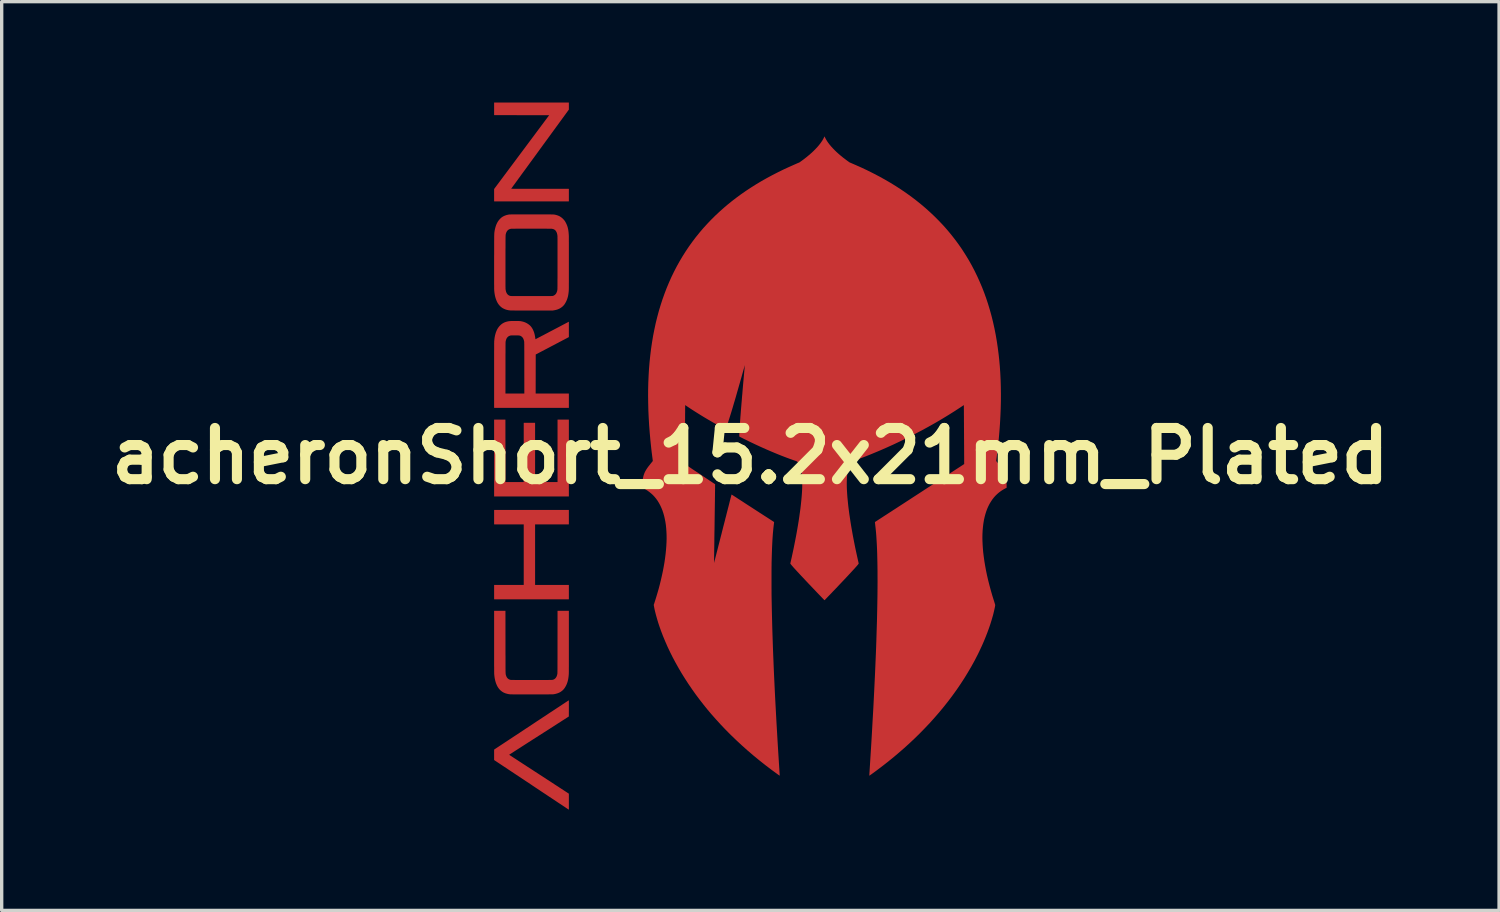
<source format=kicad_pcb>
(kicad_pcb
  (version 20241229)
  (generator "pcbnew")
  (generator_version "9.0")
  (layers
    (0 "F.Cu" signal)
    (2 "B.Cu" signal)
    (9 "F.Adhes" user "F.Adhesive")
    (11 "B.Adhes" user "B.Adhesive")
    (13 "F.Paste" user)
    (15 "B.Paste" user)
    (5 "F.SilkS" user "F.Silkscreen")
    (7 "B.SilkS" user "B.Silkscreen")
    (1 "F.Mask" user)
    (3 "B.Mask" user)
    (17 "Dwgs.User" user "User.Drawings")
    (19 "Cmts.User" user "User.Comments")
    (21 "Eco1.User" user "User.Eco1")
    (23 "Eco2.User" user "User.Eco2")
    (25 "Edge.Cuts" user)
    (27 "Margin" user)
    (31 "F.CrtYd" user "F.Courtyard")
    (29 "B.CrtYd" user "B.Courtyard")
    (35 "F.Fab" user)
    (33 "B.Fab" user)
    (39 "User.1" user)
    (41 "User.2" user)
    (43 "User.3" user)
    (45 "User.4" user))
  (footprint "acheronShort_15.2x21mm_Plated"
    (layer "F.Cu")
    (at 19.275 10.517)
    (property "Reference" "acheronShort_15.2x21mm_Plated" (at 0 0 0) (layer "F.SilkS") (effects (font (size 1.524 1.524) (thickness 0.3))))
    (attr through_hole)
    (pad "1" smd custom (at -7.4 -7.8) (size 0.2 0.2) (layers "F.Cu" "F.Mask") (options (anchor circle)) (primitives (gr_poly (pts (xy 1.995 -2.61) (xy 1.995 -2.508) (xy 1.135 -1.329) (xy 1.085 -1.26) (xy 1.035 -1.191) (xy 0.986 -1.124) (xy 0.938 -1.058) (xy 0.891 -0.994) (xy 0.844 -0.93) (xy 0.8 -0.869) (xy 0.756 -0.809) (xy 0.714 -0.751) (xy 0.673 -0.695) (xy 0.633 -0.641) (xy 0.595 -0.589) (xy 0.559 -0.539) (xy 0.525 -0.492) (xy 0.492 -0.448) (xy 0.462 -0.405) (xy 0.433 -0.366) (xy 0.407 -0.33) (xy 0.382 -0.296) (xy 0.36 -0.266) (xy 0.34 -0.239) (xy 0.323 -0.215) (xy 0.308 -0.194) (xy 0.296 -0.177) (xy 0.286 -0.164) (xy 0.279 -0.155) (xy 0.275 -0.149) (xy 0.274 -0.147) (xy 0.275 -0.147) (xy 0.278 -0.147) (xy 0.282 -0.147) (xy 0.289 -0.146) (xy 0.298 -0.146) (xy 0.309 -0.146) (xy 0.323 -0.146) (xy 0.34 -0.146) (xy 0.359 -0.145) (xy 0.382 -0.145) (xy 0.407 -0.145) (xy 0.436 -0.145) (xy 0.468 -0.145) (xy 0.503 -0.145) (xy 0.542 -0.145) (xy 0.585 -0.145) (xy 0.632 -0.145) (xy 0.683 -0.144) (xy 0.738 -0.144) (xy 0.797 -0.144) (xy 0.861 -0.144) (xy 0.929 -0.144) (xy 1.002 -0.144) (xy 1.08 -0.144) (xy 1.134 -0.144) (xy 1.995 -0.144) (xy 1.995 0.219) (xy -0.219 0.219) (xy -0.219 -0.142) (xy 0.603 -1.244) (xy 1.424 -2.345) (xy -0.219 -2.346) (xy -0.219 -2.712) (xy 1.995 -2.712) (xy 1.995 -2.61)) (width 0.01) (fill yes))))
    (pad "1" smd custom (at -7.4 8.8) (size 0.2 0.2) (layers "F.Cu" "F.Mask") (options (anchor circle)) (primitives (gr_poly (pts (xy 1.994 -1.521) (xy 1.994 -1.514) (xy 1.995 -1.502) (xy 1.995 -1.487) (xy 1.995 -1.467) (xy 1.995 -1.445) (xy 1.995 -1.419) (xy 1.995 -1.391) (xy 1.995 -1.361) (xy 1.995 -1.329) (xy 1.995 -1.295) (xy 1.995 -1.288) (xy 1.994 -1.053) (xy 1.104 -0.483) (xy 1.042 -0.443) (xy 0.982 -0.405) (xy 0.922 -0.367) (xy 0.865 -0.33) (xy 0.808 -0.294) (xy 0.754 -0.259) (xy 0.701 -0.225) (xy 0.65 -0.192) (xy 0.601 -0.161) (xy 0.555 -0.131) (xy 0.511 -0.103) (xy 0.469 -0.076) (xy 0.43 -0.051) (xy 0.393 -0.027) (xy 0.36 -0.006) (xy 0.33 0.014) (xy 0.303 0.031) (xy 0.279 0.047) (xy 0.258 0.06) (xy 0.242 0.071) (xy 0.229 0.079) (xy 0.22 0.085) (xy 0.215 0.088) (xy 0.214 0.089) (xy 0.216 0.09) (xy 0.222 0.095) (xy 0.233 0.101) (xy 0.247 0.111) (xy 0.264 0.122) (xy 0.286 0.136) (xy 0.311 0.152) (xy 0.339 0.171) (xy 0.37 0.191) (xy 0.404 0.213) (xy 0.441 0.237) (xy 0.481 0.263) (xy 0.523 0.291) (xy 0.568 0.32) (xy 0.615 0.351) (xy 0.665 0.383) (xy 0.716 0.416) (xy 0.769 0.451) (xy 0.824 0.487) (xy 0.881 0.523) (xy 0.939 0.561) (xy 0.998 0.6) (xy 1.059 0.639) (xy 1.105 0.669) (xy 1.995 1.249) (xy 1.995 1.482) (xy 1.995 1.515) (xy 1.995 1.548) (xy 1.995 1.578) (xy 1.995 1.607) (xy 1.995 1.633) (xy 1.995 1.656) (xy 1.995 1.675) (xy 1.995 1.691) (xy 1.995 1.703) (xy 1.995 1.711) (xy 1.995 1.714) (xy 1.995 1.714) (xy 1.993 1.713) (xy 1.986 1.709) (xy 1.976 1.702) (xy 1.962 1.693) (xy 1.944 1.681) (xy 1.923 1.667) (xy 1.898 1.65) (xy 1.87 1.631) (xy 1.838 1.61) (xy 1.804 1.587) (xy 1.766 1.562) (xy 1.725 1.535) (xy 1.682 1.507) (xy 1.636 1.476) (xy 1.588 1.444) (xy 1.537 1.41) (xy 1.484 1.375) (xy 1.429 1.339) (xy 1.372 1.301) (xy 1.313 1.261) (xy 1.252 1.221) (xy 1.19 1.18) (xy 1.126 1.137) (xy 1.061 1.094) (xy 0.995 1.05) (xy 0.927 1.005) (xy 0.888 0.978) (xy -0.219 0.243) (xy -0.219 0.09) (xy -0.219 -0.063) (xy 0.887 -0.793) (xy 0.955 -0.838) (xy 1.022 -0.883) (xy 1.088 -0.926) (xy 1.153 -0.969) (xy 1.216 -1.011) (xy 1.278 -1.051) (xy 1.338 -1.091) (xy 1.396 -1.13) (xy 1.452 -1.167) (xy 1.507 -1.202) (xy 1.559 -1.237) (xy 1.609 -1.27) (xy 1.656 -1.301) (xy 1.701 -1.33) (xy 1.743 -1.358) (xy 1.782 -1.384) (xy 1.818 -1.408) (xy 1.852 -1.43) (xy 1.882 -1.45) (xy 1.909 -1.468) (xy 1.932 -1.483) (xy 1.952 -1.496) (xy 1.968 -1.507) (xy 1.981 -1.515) (xy 1.989 -1.52) (xy 1.993 -1.523) (xy 1.994 -1.524) (xy 1.994 -1.521)) (width 0.01) (fill yes))))
    (pad "1" smd custom (at -6.8 6.8) (size 0.2 0.2) (layers "F.Cu" "F.Mask") (options (anchor circle)) (primitives (gr_poly (pts (xy -0.491 -1.263) (xy -0.491 -1.181) (xy -0.491 -1.104) (xy -0.491 -1.031) (xy -0.491 -0.963) (xy -0.491 -0.9) (xy -0.49 -0.841) (xy -0.49 -0.786) (xy -0.49 -0.735) (xy -0.49 -0.688) (xy -0.49 -0.645) (xy -0.49 -0.605) (xy -0.49 -0.568) (xy -0.49 -0.534) (xy -0.49 -0.504) (xy -0.49 -0.476) (xy -0.489 -0.451) (xy -0.489 -0.429) (xy -0.489 -0.409) (xy -0.489 -0.391) (xy -0.488 -0.376) (xy -0.488 -0.362) (xy -0.487 -0.35) (xy -0.487 -0.339) (xy -0.486 -0.33) (xy -0.486 -0.323) (xy -0.485 -0.316) (xy -0.485 -0.31) (xy -0.484 -0.305) (xy -0.483 -0.301) (xy -0.482 -0.297) (xy -0.482 -0.294) (xy -0.481 -0.291) (xy -0.48 -0.287) (xy -0.479 -0.284) (xy -0.478 -0.28) (xy -0.476 -0.276) (xy -0.466 -0.245) (xy -0.452 -0.217) (xy -0.435 -0.192) (xy -0.415 -0.172) (xy -0.392 -0.156) (xy -0.367 -0.144) (xy -0.362 -0.142) (xy -0.35 -0.139) (xy -0.337 -0.135) (xy -0.327 -0.133) (xy -0.322 -0.133) (xy -0.312 -0.133) (xy -0.297 -0.132) (xy -0.277 -0.132) (xy -0.253 -0.132) (xy -0.223 -0.132) (xy -0.188 -0.131) (xy -0.148 -0.131) (xy -0.103 -0.131) (xy -0.053 -0.131) (xy 0.002 -0.131) (xy 0.062 -0.131) (xy 0.126 -0.131) (xy 0.196 -0.131) (xy 0.271 -0.131) (xy 0.289 -0.131) (xy 0.356 -0.131) (xy 0.417 -0.131) (xy 0.473 -0.131) (xy 0.526 -0.131) (xy 0.573 -0.131) (xy 0.617 -0.131) (xy 0.657 -0.131) (xy 0.693 -0.131) (xy 0.726 -0.131) (xy 0.755 -0.131) (xy 0.781 -0.131) (xy 0.805 -0.132) (xy 0.825 -0.132) (xy 0.843 -0.132) (xy 0.859 -0.133) (xy 0.873 -0.133) (xy 0.884 -0.133) (xy 0.894 -0.134) (xy 0.903 -0.135) (xy 0.91 -0.135) (xy 0.916 -0.136) (xy 0.921 -0.137) (xy 0.925 -0.138) (xy 0.929 -0.139) (xy 0.933 -0.14) (xy 0.936 -0.141) (xy 0.939 -0.142) (xy 0.943 -0.144) (xy 0.944 -0.144) (xy 0.969 -0.156) (xy 0.992 -0.173) (xy 1.011 -0.194) (xy 1.028 -0.218) (xy 1.035 -0.23) (xy 1.042 -0.247) (xy 1.048 -0.263) (xy 1.054 -0.281) (xy 1.059 -0.301) (xy 1.062 -0.316) (xy 1.062 -0.318) (xy 1.063 -0.321) (xy 1.063 -0.324) (xy 1.063 -0.328) (xy 1.064 -0.332) (xy 1.064 -0.338) (xy 1.064 -0.345) (xy 1.064 -0.353) (xy 1.065 -0.363) (xy 1.065 -0.375) (xy 1.065 -0.388) (xy 1.065 -0.403) (xy 1.065 -0.421) (xy 1.066 -0.44) (xy 1.066 -0.463) (xy 1.066 -0.487) (xy 1.066 -0.515) (xy 1.066 -0.545) (xy 1.066 -0.579) (xy 1.066 -0.615) (xy 1.066 -0.656) (xy 1.066 -0.699) (xy 1.067 -0.747) (xy 1.067 -0.798) (xy 1.067 -0.853) (xy 1.067 -0.912) (xy 1.067 -0.976) (xy 1.067 -1.044) (xy 1.067 -1.117) (xy 1.067 -1.195) (xy 1.067 -1.264) (xy 1.068 -2.19) (xy 1.395 -2.19) (xy 1.395 -1.28) (xy 1.395 -1.191) (xy 1.395 -1.106) (xy 1.395 -1.025) (xy 1.395 -0.948) (xy 1.395 -0.875) (xy 1.395 -0.806) (xy 1.395 -0.742) (xy 1.395 -0.682) (xy 1.395 -0.626) (xy 1.395 -0.575) (xy 1.395 -0.528) (xy 1.394 -0.486) (xy 1.394 -0.448) (xy 1.394 -0.415) (xy 1.394 -0.387) (xy 1.394 -0.364) (xy 1.393 -0.345) (xy 1.393 -0.332) (xy 1.393 -0.324) (xy 1.393 -0.322) (xy 1.389 -0.267) (xy 1.383 -0.215) (xy 1.376 -0.167) (xy 1.366 -0.122) (xy 1.355 -0.08) (xy 1.341 -0.039) (xy 1.325 0.001) (xy 1.313 0.026) (xy 1.291 0.066) (xy 1.269 0.101) (xy 1.245 0.132) (xy 1.22 0.16) (xy 1.205 0.173) (xy 1.17 0.2) (xy 1.133 0.224) (xy 1.093 0.243) (xy 1.05 0.259) (xy 1.004 0.272) (xy 0.955 0.282) (xy 0.951 0.283) (xy 0.948 0.283) (xy 0.944 0.283) (xy 0.939 0.284) (xy 0.934 0.284) (xy 0.928 0.285) (xy 0.921 0.285) (xy 0.912 0.285) (xy 0.902 0.285) (xy 0.89 0.286) (xy 0.876 0.286) (xy 0.86 0.286) (xy 0.842 0.286) (xy 0.821 0.286) (xy 0.797 0.287) (xy 0.771 0.287) (xy 0.741 0.287) (xy 0.708 0.287) (xy 0.672 0.287) (xy 0.631 0.287) (xy 0.587 0.287) (xy 0.539 0.287) (xy 0.486 0.287) (xy 0.429 0.287) (xy 0.368 0.287) (xy 0.302 0.287) (xy 0.246 0.287) (xy 0.191 0.287) (xy 0.138 0.287) (xy 0.086 0.287) (xy 0.036 0.287) (xy -0.012 0.287) (xy -0.058 0.287) (xy -0.101 0.287) (xy -0.141 0.287) (xy -0.179 0.287) (xy -0.213 0.287) (xy -0.243 0.287) (xy -0.27 0.287) (xy -0.293 0.286) (xy -0.312 0.286) (xy -0.327 0.286) (xy -0.337 0.286) (xy -0.342 0.286) (xy -0.342 0.286) (xy -0.395 0.279) (xy -0.444 0.268) (xy -0.49 0.254) (xy -0.534 0.236) (xy -0.574 0.213) (xy -0.61 0.187) (xy -0.644 0.157) (xy -0.675 0.122) (xy -0.703 0.084) (xy -0.728 0.041) (xy -0.735 0.026) (xy -0.757 -0.024) (xy -0.775 -0.076) (xy -0.79 -0.132) (xy -0.802 -0.191) (xy -0.811 -0.254) (xy -0.817 -0.32) (xy -0.817 -0.327) (xy -0.817 -0.339) (xy -0.817 -0.357) (xy -0.818 -0.379) (xy -0.818 -0.406) (xy -0.818 -0.437) (xy -0.818 -0.474) (xy -0.818 -0.516) (xy -0.819 -0.562) (xy -0.819 -0.613) (xy -0.819 -0.669) (xy -0.819 -0.729) (xy -0.819 -0.794) (xy -0.819 -0.864) (xy -0.819 -0.938) (xy -0.819 -1.017) (xy -0.819 -1.1) (xy -0.819 -1.187) (xy -0.819 -1.277) (xy -0.819 -2.19) (xy -0.492 -2.19) (xy -0.491 -1.263)) (width 0.01) (fill yes))))
    (pad "1" smd custom (at -6.6 -1.8) (size 0.2 0.2) (layers "F.Cu" "F.Mask") (options (anchor circle)) (primitives (gr_poly (pts (xy -0.373 -2.212) (xy -0.346 -2.211) (xy -0.324 -2.211) (xy -0.306 -2.211) (xy -0.29 -2.211) (xy -0.277 -2.21) (xy -0.267 -2.21) (xy -0.258 -2.209) (xy -0.25 -2.209) (xy -0.243 -2.208) (xy -0.237 -2.207) (xy -0.186 -2.197) (xy -0.139 -2.184) (xy -0.095 -2.167) (xy -0.053 -2.146) (xy -0.013 -2.121) (xy 0.019 -2.097) (xy 0.047 -2.072) (xy 0.072 -2.044) (xy 0.096 -2.011) (xy 0.118 -1.974) (xy 0.126 -1.958) (xy 0.145 -1.915) (xy 0.162 -1.87) (xy 0.175 -1.822) (xy 0.186 -1.77) (xy 0.195 -1.715) (xy 0.197 -1.704) (xy 0.198 -1.689) (xy 0.2 -1.679) (xy 0.201 -1.673) (xy 0.203 -1.669) (xy 0.204 -1.668) (xy 0.205 -1.668) (xy 0.206 -1.669) (xy 0.21 -1.671) (xy 0.216 -1.674) (xy 0.224 -1.678) (xy 0.235 -1.684) (xy 0.248 -1.69) (xy 0.264 -1.699) (xy 0.283 -1.709) (xy 0.304 -1.72) (xy 0.329 -1.733) (xy 0.357 -1.747) (xy 0.388 -1.764) (xy 0.422 -1.781) (xy 0.46 -1.801) (xy 0.501 -1.823) (xy 0.546 -1.846) (xy 0.594 -1.872) (xy 0.647 -1.9) (xy 0.703 -1.929) (xy 0.764 -1.961) (xy 0.829 -1.995) (xy 0.898 -2.031) (xy 0.957 -2.062) (xy 0.988 -2.079) (xy 1.018 -2.095) (xy 1.047 -2.11) (xy 1.074 -2.124) (xy 1.099 -2.137) (xy 1.121 -2.149) (xy 1.141 -2.159) (xy 1.158 -2.168) (xy 1.171 -2.175) (xy 1.18 -2.18) (xy 1.186 -2.183) (xy 1.187 -2.183) (xy 1.195 -2.188) (xy 1.195 -1.741) (xy 1.026 -1.652) (xy 1.002 -1.64) (xy 0.975 -1.625) (xy 0.944 -1.609) (xy 0.909 -1.591) (xy 0.873 -1.571) (xy 0.833 -1.551) (xy 0.793 -1.529) (xy 0.751 -1.507) (xy 0.708 -1.485) (xy 0.664 -1.462) (xy 0.621 -1.439) (xy 0.579 -1.417) (xy 0.537 -1.395) (xy 0.533 -1.393) (xy 0.209 -1.223) (xy 0.208 -0.638) (xy 0.207 -0.054) (xy 1.195 -0.054) (xy 1.195 0.363) (xy -1.019 0.363) (xy -1.019 -0.054) (xy -0.692 -0.054) (xy -0.12 -0.054) (xy -0.121 -0.82) (xy -0.121 -0.894) (xy -0.121 -0.964) (xy -0.121 -1.028) (xy -0.121 -1.088) (xy -0.121 -1.143) (xy -0.121 -1.195) (xy -0.121 -1.242) (xy -0.121 -1.285) (xy -0.121 -1.325) (xy -0.122 -1.361) (xy -0.122 -1.394) (xy -0.122 -1.424) (xy -0.122 -1.45) (xy -0.122 -1.474) (xy -0.122 -1.495) (xy -0.122 -1.514) (xy -0.122 -1.53) (xy -0.123 -1.545) (xy -0.123 -1.557) (xy -0.123 -1.568) (xy -0.123 -1.577) (xy -0.124 -1.584) (xy -0.124 -1.591) (xy -0.124 -1.596) (xy -0.125 -1.6) (xy -0.125 -1.604) (xy -0.125 -1.607) (xy -0.126 -1.609) (xy -0.126 -1.611) (xy -0.13 -1.629) (xy -0.135 -1.648) (xy -0.141 -1.666) (xy -0.148 -1.684) (xy -0.154 -1.698) (xy -0.156 -1.702) (xy -0.171 -1.725) (xy -0.189 -1.745) (xy -0.209 -1.762) (xy -0.231 -1.775) (xy -0.243 -1.781) (xy -0.251 -1.784) (xy -0.259 -1.786) (xy -0.267 -1.788) (xy -0.276 -1.79) (xy -0.286 -1.791) (xy -0.298 -1.792) (xy -0.312 -1.793) (xy -0.329 -1.793) (xy -0.35 -1.794) (xy -0.374 -1.794) (xy -0.403 -1.794) (xy -0.406 -1.794) (xy -0.434 -1.794) (xy -0.457 -1.794) (xy -0.477 -1.793) (xy -0.493 -1.793) (xy -0.505 -1.793) (xy -0.516 -1.792) (xy -0.524 -1.792) (xy -0.531 -1.791) (xy -0.536 -1.79) (xy -0.566 -1.781) (xy -0.592 -1.769) (xy -0.615 -1.752) (xy -0.635 -1.732) (xy -0.653 -1.707) (xy -0.656 -1.702) (xy -0.661 -1.69) (xy -0.668 -1.674) (xy -0.674 -1.656) (xy -0.68 -1.637) (xy -0.684 -1.618) (xy -0.686 -1.611) (xy -0.686 -1.608) (xy -0.687 -1.606) (xy -0.687 -1.602) (xy -0.687 -1.599) (xy -0.688 -1.594) (xy -0.688 -1.588) (xy -0.688 -1.581) (xy -0.689 -1.573) (xy -0.689 -1.564) (xy -0.689 -1.553) (xy -0.689 -1.539) (xy -0.689 -1.524) (xy -0.69 -1.507) (xy -0.69 -1.487) (xy -0.69 -1.465) (xy -0.69 -1.44) (xy -0.69 -1.412) (xy -0.69 -1.381) (xy -0.69 -1.347) (xy -0.69 -1.31) (xy -0.69 -1.269) (xy -0.691 -1.224) (xy -0.691 -1.175) (xy -0.691 -1.122) (xy -0.691 -1.065) (xy -0.691 -1.003) (xy -0.691 -0.937) (xy -0.691 -0.866) (xy -0.691 -0.82) (xy -0.692 -0.054) (xy -1.019 -0.054) (xy -1.019 -0.599) (xy -1.019 -0.689) (xy -1.019 -0.775) (xy -1.019 -0.857) (xy -1.019 -0.936) (xy -1.019 -1.01) (xy -1.019 -1.081) (xy -1.019 -1.147) (xy -1.019 -1.209) (xy -1.019 -1.267) (xy -1.019 -1.321) (xy -1.018 -1.37) (xy -1.018 -1.415) (xy -1.018 -1.455) (xy -1.018 -1.491) (xy -1.018 -1.522) (xy -1.018 -1.548) (xy -1.017 -1.569) (xy -1.017 -1.586) (xy -1.017 -1.598) (xy -1.017 -1.604) (xy -1.017 -1.605) (xy -1.011 -1.67) (xy -1.003 -1.731) (xy -0.991 -1.789) (xy -0.977 -1.842) (xy -0.963 -1.886) (xy -0.947 -1.925) (xy -0.93 -1.962) (xy -0.911 -1.995) (xy -0.889 -2.027) (xy -0.864 -2.058) (xy -0.845 -2.078) (xy -0.813 -2.108) (xy -0.779 -2.134) (xy -0.742 -2.156) (xy -0.702 -2.175) (xy -0.659 -2.189) (xy -0.621 -2.199) (xy -0.608 -2.201) (xy -0.596 -2.204) (xy -0.584 -2.205) (xy -0.573 -2.207) (xy -0.561 -2.208) (xy -0.548 -2.209) (xy -0.534 -2.21) (xy -0.517 -2.211) (xy -0.498 -2.211) (xy -0.476 -2.211) (xy -0.45 -2.211) (xy -0.419 -2.212) (xy -0.403 -2.212) (xy -0.373 -2.212)) (width 0.01) (fill yes))))
    (pad "1" smd custom (at -6.6 1) (size 0.2 0.2) (layers "F.Cu" "F.Mask") (options (anchor circle)) (primitives (gr_poly (pts (xy -0.856 -2.079) (xy -0.693 -2.078) (xy -0.692 -1.149) (xy -0.692 -0.22) (xy -0.138 -0.22) (xy -0.138 -1.983) (xy 0.19 -1.983) (xy 0.19 -0.22) (xy 0.868 -0.22) (xy 0.868 -2.079) (xy 1.195 -2.079) (xy 1.195 0.199) (xy -1.019 0.199) (xy -1.019 -2.079) (xy -0.856 -2.079)) (width 0.01) (fill yes))))
    (pad "1" smd custom (at -6.6 4) (size 0.2 0.2) (layers "F.Cu" "F.Mask") (options (anchor circle)) (primitives (gr_poly (pts (xy 1.195 -1.971) (xy 0.19 -1.971) (xy 0.19 -0.16) (xy 1.195 -0.16) (xy 1.195 0.259) (xy -1.019 0.259) (xy -1.019 -0.16) (xy -0.138 -0.16) (xy -0.138 -1.971) (xy -1.019 -1.971) (xy -1.019 -2.39) (xy 1.195 -2.39) (xy 1.195 -1.971)) (width 0.01) (fill yes))))
    (pad "1" smd custom (at -6.4 -4.6) (size 0.2 0.2) (layers "F.Cu" "F.Mask") (options (anchor circle)) (primitives (gr_poly (pts (xy 0.184 -2.584) (xy 0.23 -2.584) (xy 0.272 -2.584) (xy 0.311 -2.584) (xy 0.346 -2.583) (xy 0.377 -2.583) (xy 0.406 -2.583) (xy 0.431 -2.583) (xy 0.454 -2.583) (xy 0.475 -2.582) (xy 0.493 -2.582) (xy 0.509 -2.582) (xy 0.523 -2.581) (xy 0.535 -2.581) (xy 0.546 -2.58) (xy 0.555 -2.579) (xy 0.563 -2.578) (xy 0.571 -2.578) (xy 0.577 -2.577) (xy 0.583 -2.575) (xy 0.589 -2.574) (xy 0.594 -2.573) (xy 0.599 -2.572) (xy 0.605 -2.57) (xy 0.611 -2.568) (xy 0.618 -2.567) (xy 0.621 -2.566) (xy 0.664 -2.553) (xy 0.704 -2.537) (xy 0.74 -2.517) (xy 0.774 -2.494) (xy 0.806 -2.467) (xy 0.811 -2.463) (xy 0.836 -2.437) (xy 0.858 -2.412) (xy 0.877 -2.386) (xy 0.895 -2.357) (xy 0.912 -2.324) (xy 0.929 -2.288) (xy 0.944 -2.251) (xy 0.957 -2.212) (xy 0.967 -2.172) (xy 0.976 -2.13) (xy 0.983 -2.084) (xy 0.988 -2.035) (xy 0.992 -1.981) (xy 0.993 -1.975) (xy 0.993 -1.968) (xy 0.993 -1.957) (xy 0.994 -1.94) (xy 0.994 -1.92) (xy 0.994 -1.895) (xy 0.994 -1.866) (xy 0.994 -1.834) (xy 0.994 -1.798) (xy 0.995 -1.759) (xy 0.995 -1.718) (xy 0.995 -1.673) (xy 0.995 -1.627) (xy 0.995 -1.578) (xy 0.995 -1.527) (xy 0.995 -1.475) (xy 0.995 -1.421) (xy 0.995 -1.367) (xy 0.995 -1.311) (xy 0.995 -1.254) (xy 0.995 -1.198) (xy 0.995 -1.141) (xy 0.995 -1.084) (xy 0.995 -1.027) (xy 0.995 -0.971) (xy 0.995 -0.916) (xy 0.995 -0.862) (xy 0.995 -0.809) (xy 0.995 -0.758) (xy 0.995 -0.708) (xy 0.995 -0.661) (xy 0.995 -0.616) (xy 0.995 -0.573) (xy 0.994 -0.533) (xy 0.994 -0.496) (xy 0.994 -0.463) (xy 0.994 -0.433) (xy 0.994 -0.407) (xy 0.994 -0.384) (xy 0.993 -0.366) (xy 0.993 -0.353) (xy 0.993 -0.344) (xy 0.993 -0.342) (xy 0.989 -0.287) (xy 0.983 -0.236) (xy 0.976 -0.189) (xy 0.967 -0.145) (xy 0.955 -0.103) (xy 0.942 -0.063) (xy 0.926 -0.024) (xy 0.913 0.004) (xy 0.891 0.045) (xy 0.868 0.082) (xy 0.843 0.114) (xy 0.816 0.141) (xy 0.805 0.152) (xy 0.772 0.177) (xy 0.738 0.2) (xy 0.702 0.218) (xy 0.663 0.234) (xy 0.621 0.247) (xy 0.576 0.257) (xy 0.557 0.26) (xy 0.524 0.266) (xy -0.098 0.266) (xy -0.154 0.266) (xy -0.209 0.266) (xy -0.263 0.266) (xy -0.315 0.266) (xy -0.365 0.266) (xy -0.413 0.266) (xy -0.459 0.266) (xy -0.502 0.266) (xy -0.542 0.266) (xy -0.58 0.266) (xy -0.614 0.266) (xy -0.645 0.265) (xy -0.672 0.265) (xy -0.695 0.265) (xy -0.714 0.265) (xy -0.729 0.265) (xy -0.739 0.265) (xy -0.744 0.264) (xy -0.744 0.264) (xy -0.792 0.258) (xy -0.838 0.249) (xy -0.882 0.236) (xy -0.923 0.219) (xy -0.961 0.2) (xy -0.978 0.19) (xy -1.013 0.164) (xy -1.046 0.134) (xy -1.077 0.099) (xy -1.104 0.061) (xy -1.129 0.018) (xy -1.15 -0.028) (xy -1.169 -0.079) (xy -1.185 -0.132) (xy -1.198 -0.19) (xy -1.208 -0.251) (xy -1.215 -0.315) (xy -1.217 -0.347) (xy -1.217 -0.355) (xy -1.217 -0.365) (xy -1.218 -0.379) (xy -1.218 -0.397) (xy -1.218 -0.418) (xy -1.218 -0.443) (xy -1.218 -0.471) (xy -1.219 -0.504) (xy -1.219 -0.54) (xy -1.219 -0.58) (xy -1.219 -0.625) (xy -1.219 -0.674) (xy -1.219 -0.727) (xy -1.219 -0.785) (xy -1.219 -0.818) (xy -0.891 -0.818) (xy -0.891 -0.76) (xy -0.891 -0.706) (xy -0.891 -0.657) (xy -0.891 -0.612) (xy -0.891 -0.571) (xy -0.891 -0.535) (xy -0.891 -0.502) (xy -0.891 -0.473) (xy -0.891 -0.447) (xy -0.89 -0.425) (xy -0.89 -0.407) (xy -0.89 -0.392) (xy -0.89 -0.381) (xy -0.889 -0.372) (xy -0.889 -0.367) (xy -0.889 -0.366) (xy -0.883 -0.327) (xy -0.875 -0.291) (xy -0.863 -0.26) (xy -0.848 -0.232) (xy -0.831 -0.209) (xy -0.81 -0.189) (xy -0.787 -0.174) (xy -0.767 -0.165) (xy -0.763 -0.163) (xy -0.76 -0.162) (xy -0.757 -0.161) (xy -0.754 -0.16) (xy -0.75 -0.159) (xy -0.746 -0.158) (xy -0.742 -0.157) (xy -0.736 -0.157) (xy -0.729 -0.156) (xy -0.721 -0.155) (xy -0.712 -0.155) (xy -0.701 -0.154) (xy -0.687 -0.154) (xy -0.672 -0.154) (xy -0.655 -0.153) (xy -0.635 -0.153) (xy -0.613 -0.153) (xy -0.587 -0.153) (xy -0.559 -0.153) (xy -0.527 -0.153) (xy -0.492 -0.153) (xy -0.453 -0.153) (xy -0.411 -0.153) (xy -0.364 -0.153) (xy -0.314 -0.153) (xy -0.258 -0.153) (xy -0.199 -0.153) (xy -0.134 -0.153) (xy -0.106 -0.153) (xy -0.04 -0.153) (xy 0.021 -0.153) (xy 0.078 -0.153) (xy 0.129 -0.153) (xy 0.177 -0.153) (xy 0.22 -0.153) (xy 0.26 -0.153) (xy 0.296 -0.153) (xy 0.328 -0.153) (xy 0.357 -0.153) (xy 0.383 -0.154) (xy 0.405 -0.154) (xy 0.425 -0.154) (xy 0.443 -0.154) (xy 0.458 -0.154) (xy 0.471 -0.154) (xy 0.482 -0.155) (xy 0.491 -0.155) (xy 0.499 -0.155) (xy 0.505 -0.155) (xy 0.51 -0.156) (xy 0.514 -0.156) (xy 0.517 -0.157) (xy 0.52 -0.157) (xy 0.522 -0.157) (xy 0.523 -0.158) (xy 0.547 -0.166) (xy 0.567 -0.176) (xy 0.585 -0.19) (xy 0.6 -0.203) (xy 0.61 -0.213) (xy 0.617 -0.222) (xy 0.624 -0.231) (xy 0.629 -0.241) (xy 0.634 -0.251) (xy 0.642 -0.268) (xy 0.648 -0.284) (xy 0.654 -0.302) (xy 0.659 -0.322) (xy 0.662 -0.337) (xy 0.662 -0.34) (xy 0.663 -0.342) (xy 0.663 -0.346) (xy 0.663 -0.35) (xy 0.664 -0.355) (xy 0.664 -0.361) (xy 0.664 -0.368) (xy 0.665 -0.377) (xy 0.665 -0.388) (xy 0.665 -0.4) (xy 0.665 -0.414) (xy 0.665 -0.431) (xy 0.666 -0.45) (xy 0.666 -0.471) (xy 0.666 -0.495) (xy 0.666 -0.521) (xy 0.666 -0.551) (xy 0.666 -0.584) (xy 0.666 -0.62) (xy 0.666 -0.66) (xy 0.667 -0.703) (xy 0.667 -0.75) (xy 0.667 -0.802) (xy 0.667 -0.857) (xy 0.667 -0.917) (xy 0.667 -0.981) (xy 0.667 -1.05) (xy 0.667 -1.124) (xy 0.667 -1.14) (xy 0.667 -1.222) (xy 0.667 -1.299) (xy 0.667 -1.371) (xy 0.667 -1.439) (xy 0.667 -1.502) (xy 0.667 -1.56) (xy 0.667 -1.614) (xy 0.667 -1.663) (xy 0.667 -1.708) (xy 0.667 -1.749) (xy 0.667 -1.786) (xy 0.667 -1.819) (xy 0.667 -1.848) (xy 0.667 -1.873) (xy 0.666 -1.894) (xy 0.666 -1.912) (xy 0.666 -1.926) (xy 0.666 -1.937) (xy 0.666 -1.945) (xy 0.665 -1.949) (xy 0.66 -1.989) (xy 0.651 -2.026) (xy 0.64 -2.057) (xy 0.625 -2.085) (xy 0.608 -2.109) (xy 0.588 -2.129) (xy 0.565 -2.144) (xy 0.538 -2.156) (xy 0.509 -2.163) (xy 0.493 -2.166) (xy 0.488 -2.166) (xy 0.478 -2.166) (xy 0.464 -2.167) (xy 0.445 -2.167) (xy 0.423 -2.167) (xy 0.397 -2.167) (xy 0.367 -2.167) (xy 0.334 -2.168) (xy 0.299 -2.168) (xy 0.26 -2.168) (xy 0.22 -2.168) (xy 0.177 -2.168) (xy 0.133 -2.168) (xy 0.088 -2.168) (xy 0.041 -2.168) (xy -0.007 -2.168) (xy -0.055 -2.168) (xy -0.104 -2.169) (xy -0.152 -2.168) (xy -0.201 -2.168) (xy -0.249 -2.168) (xy -0.296 -2.168) (xy -0.342 -2.168) (xy -0.387 -2.168) (xy -0.43 -2.168) (xy -0.471 -2.168) (xy -0.51 -2.168) (xy -0.547 -2.168) (xy -0.58 -2.168) (xy -0.611 -2.167) (xy -0.639 -2.167) (xy -0.663 -2.167) (xy -0.683 -2.167) (xy -0.699 -2.166) (xy -0.711 -2.166) (xy -0.717 -2.166) (xy -0.719 -2.166) (xy -0.75 -2.16) (xy -0.778 -2.149) (xy -0.803 -2.135) (xy -0.825 -2.116) (xy -0.844 -2.094) (xy -0.859 -2.068) (xy -0.872 -2.038) (xy -0.877 -2.022) (xy -0.878 -2.018) (xy -0.879 -2.014) (xy -0.88 -2.01) (xy -0.881 -2.006) (xy -0.882 -2.003) (xy -0.883 -1.999) (xy -0.884 -1.994) (xy -0.885 -1.989) (xy -0.885 -1.983) (xy -0.886 -1.977) (xy -0.887 -1.969) (xy -0.887 -1.96) (xy -0.888 -1.949) (xy -0.888 -1.937) (xy -0.888 -1.923) (xy -0.889 -1.907) (xy -0.889 -1.889) (xy -0.889 -1.868) (xy -0.889 -1.845) (xy -0.89 -1.82) (xy -0.89 -1.791) (xy -0.89 -1.76) (xy -0.89 -1.725) (xy -0.89 -1.687) (xy -0.89 -1.645) (xy -0.89 -1.6) (xy -0.891 -1.551) (xy -0.891 -1.497) (xy -0.891 -1.44) (xy -0.891 -1.378) (xy -0.891 -1.311) (xy -0.891 -1.24) (xy -0.891 -1.178) (xy -0.891 -1.096) (xy -0.891 -1.019) (xy -0.891 -0.947) (xy -0.891 -0.88) (xy -0.891 -0.818) (xy -1.219 -0.818) (xy -1.219 -0.847) (xy -1.219 -0.914) (xy -1.219 -0.985) (xy -1.219 -1.062) (xy -1.219 -1.143) (xy -1.219 -1.194) (xy -1.219 -1.271) (xy -1.219 -1.342) (xy -1.218 -1.409) (xy -1.218 -1.471) (xy -1.218 -1.529) (xy -1.218 -1.583) (xy -1.218 -1.633) (xy -1.218 -1.678) (xy -1.218 -1.721) (xy -1.218 -1.759) (xy -1.218 -1.795) (xy -1.217 -1.827) (xy -1.217 -1.856) (xy -1.217 -1.883) (xy -1.217 -1.907) (xy -1.217 -1.929) (xy -1.216 -1.948) (xy -1.216 -1.965) (xy -1.215 -1.981) (xy -1.215 -1.995) (xy -1.214 -2.007) (xy -1.214 -2.018) (xy -1.213 -2.028) (xy -1.213 -2.037) (xy -1.212 -2.045) (xy -1.211 -2.052) (xy -1.21 -2.059) (xy -1.209 -2.066) (xy -1.208 -2.072) (xy -1.207 -2.079) (xy -1.206 -2.086) (xy -1.205 -2.093) (xy -1.204 -2.101) (xy -1.194 -2.15) (xy -1.182 -2.197) (xy -1.168 -2.243) (xy -1.152 -2.287) (xy -1.133 -2.327) (xy -1.113 -2.364) (xy -1.091 -2.397) (xy -1.088 -2.401) (xy -1.059 -2.436) (xy -1.029 -2.467) (xy -0.998 -2.494) (xy -0.964 -2.517) (xy -0.928 -2.536) (xy -0.889 -2.552) (xy -0.846 -2.566) (xy -0.8 -2.576) (xy -0.784 -2.579) (xy -0.781 -2.579) (xy -0.777 -2.58) (xy -0.774 -2.58) (xy -0.769 -2.581) (xy -0.764 -2.581) (xy -0.758 -2.581) (xy -0.75 -2.582) (xy -0.742 -2.582) (xy -0.731 -2.582) (xy -0.719 -2.582) (xy -0.705 -2.583) (xy -0.689 -2.583) (xy -0.671 -2.583) (xy -0.65 -2.583) (xy -0.626 -2.583) (xy -0.599 -2.583) (xy -0.569 -2.583) (xy -0.536 -2.583) (xy -0.5 -2.584) (xy -0.459 -2.584) (xy -0.415 -2.584) (xy -0.367 -2.584) (xy -0.314 -2.584) (xy -0.258 -2.584) (xy -0.196 -2.584) (xy -0.129 -2.584) (xy -0.112 -2.584) (xy -0.043 -2.584) (xy 0.02 -2.584) (xy 0.079 -2.584) (xy 0.134 -2.584) (xy 0.184 -2.584)) (width 0.01) (fill yes))))
    (pad "1" smd custom (at 1.8 -2.2) (size 0.2 0.2) (layers "F.Cu" "F.Mask") (options (anchor circle)) (primitives (gr_poly (pts (xy 0.423 -7.262) (xy 0.449 -7.213) (xy 0.48 -7.162) (xy 0.515 -7.111) (xy 0.555 -7.059) (xy 0.6 -7.006) (xy 0.649 -6.952) (xy 0.702 -6.897) (xy 0.759 -6.842) (xy 0.82 -6.787) (xy 0.884 -6.732) (xy 0.953 -6.676) (xy 1.025 -6.621) (xy 1.031 -6.617) (xy 1.049 -6.603) (xy 1.067 -6.59) (xy 1.084 -6.577) (xy 1.101 -6.565) (xy 1.117 -6.554) (xy 1.13 -6.544) (xy 1.142 -6.536) (xy 1.15 -6.531) (xy 1.156 -6.527) (xy 1.157 -6.527) (xy 1.16 -6.526) (xy 1.168 -6.523) (xy 1.179 -6.518) (xy 1.194 -6.512) (xy 1.211 -6.505) (xy 1.231 -6.496) (xy 1.253 -6.486) (xy 1.277 -6.476) (xy 1.302 -6.465) (xy 1.328 -6.454) (xy 1.355 -6.442) (xy 1.381 -6.43) (xy 1.407 -6.419) (xy 1.432 -6.408) (xy 1.456 -6.397) (xy 1.478 -6.387) (xy 1.497 -6.379) (xy 1.679 -6.293) (xy 1.857 -6.204) (xy 2.031 -6.113) (xy 2.201 -6.019) (xy 2.366 -5.923) (xy 2.527 -5.824) (xy 2.684 -5.722) (xy 2.836 -5.618) (xy 2.985 -5.511) (xy 3.129 -5.401) (xy 3.27 -5.288) (xy 3.406 -5.173) (xy 3.538 -5.054) (xy 3.667 -4.933) (xy 3.791 -4.809) (xy 3.912 -4.682) (xy 3.937 -4.655) (xy 4.035 -4.545) (xy 4.131 -4.431) (xy 4.225 -4.314) (xy 4.317 -4.194) (xy 4.405 -4.073) (xy 4.49 -3.951) (xy 4.517 -3.909) (xy 4.61 -3.763) (xy 4.7 -3.614) (xy 4.785 -3.462) (xy 4.866 -3.307) (xy 4.943 -3.149) (xy 5.016 -2.988) (xy 5.086 -2.824) (xy 5.151 -2.658) (xy 5.212 -2.488) (xy 5.269 -2.315) (xy 5.322 -2.139) (xy 5.371 -1.961) (xy 5.416 -1.779) (xy 5.457 -1.594) (xy 5.494 -1.406) (xy 5.527 -1.215) (xy 5.556 -1.02) (xy 5.581 -0.823) (xy 5.598 -0.669) (xy 5.616 -0.471) (xy 5.63 -0.27) (xy 5.64 -0.066) (xy 5.646 0.141) (xy 5.649 0.352) (xy 5.648 0.566) (xy 5.643 0.783) (xy 5.634 1.003) (xy 5.622 1.226) (xy 5.606 1.452) (xy 5.586 1.681) (xy 5.562 1.913) (xy 5.547 2.041) (xy 5.545 2.063) (xy 5.542 2.087) (xy 5.539 2.112) (xy 5.535 2.14) (xy 5.532 2.167) (xy 5.528 2.195) (xy 5.525 2.222) (xy 5.522 2.247) (xy 5.519 2.27) (xy 5.516 2.291) (xy 5.514 2.307) (xy 5.512 2.32) (xy 5.512 2.322) (xy 5.51 2.332) (xy 5.51 2.34) (xy 5.51 2.347) (xy 5.513 2.353) (xy 5.517 2.36) (xy 5.523 2.369) (xy 5.533 2.38) (xy 5.534 2.382) (xy 5.566 2.42) (xy 5.594 2.455) (xy 5.619 2.487) (xy 5.641 2.516) (xy 5.661 2.543) (xy 5.679 2.568) (xy 5.695 2.592) (xy 5.709 2.614) (xy 5.722 2.636) (xy 5.733 2.657) (xy 5.742 2.674) (xy 5.758 2.709) (xy 5.772 2.745) (xy 5.784 2.78) (xy 5.794 2.817) (xy 5.801 2.857) (xy 5.808 2.9) (xy 5.81 2.92) (xy 5.813 2.947) (xy 5.815 2.977) (xy 5.817 3.01) (xy 5.818 3.043) (xy 5.819 3.075) (xy 5.819 3.097) (xy 5.819 3.142) (xy 5.783 3.16) (xy 5.718 3.196) (xy 5.657 3.235) (xy 5.598 3.278) (xy 5.543 3.325) (xy 5.49 3.376) (xy 5.441 3.431) (xy 5.395 3.49) (xy 5.353 3.553) (xy 5.313 3.619) (xy 5.277 3.689) (xy 5.244 3.763) (xy 5.215 3.84) (xy 5.189 3.921) (xy 5.166 4.006) (xy 5.146 4.094) (xy 5.14 4.129) (xy 5.125 4.221) (xy 5.114 4.317) (xy 5.105 4.415) (xy 5.1 4.516) (xy 5.098 4.621) (xy 5.1 4.729) (xy 5.105 4.84) (xy 5.111 4.934) (xy 5.122 5.063) (xy 5.138 5.194) (xy 5.157 5.329) (xy 5.18 5.467) (xy 5.206 5.608) (xy 5.236 5.752) (xy 5.27 5.899) (xy 5.308 6.048) (xy 5.349 6.199) (xy 5.393 6.353) (xy 5.442 6.509) (xy 5.453 6.544) (xy 5.46 6.568) (xy 5.467 6.589) (xy 5.472 6.607) (xy 5.476 6.621) (xy 5.478 6.631) (xy 5.479 6.636) (xy 5.479 6.637) (xy 5.478 6.648) (xy 5.476 6.664) (xy 5.472 6.683) (xy 5.468 6.706) (xy 5.462 6.731) (xy 5.456 6.759) (xy 5.45 6.788) (xy 5.443 6.819) (xy 5.435 6.85) (xy 5.428 6.882) (xy 5.42 6.913) (xy 5.412 6.942) (xy 5.406 6.963) (xy 5.372 7.081) (xy 5.334 7.203) (xy 5.292 7.326) (xy 5.246 7.451) (xy 5.197 7.577) (xy 5.145 7.704) (xy 5.089 7.832) (xy 5.03 7.959) (xy 4.969 8.087) (xy 4.904 8.213) (xy 4.866 8.287) (xy 4.769 8.462) (xy 4.667 8.636) (xy 4.561 8.809) (xy 4.45 8.98) (xy 4.334 9.15) (xy 4.213 9.318) (xy 4.088 9.484) (xy 3.958 9.649) (xy 3.823 9.812) (xy 3.684 9.973) (xy 3.541 10.133) (xy 3.392 10.29) (xy 3.24 10.446) (xy 3.083 10.6) (xy 2.921 10.752) (xy 2.755 10.902) (xy 2.585 11.049) (xy 2.476 11.141) (xy 2.412 11.194) (xy 2.346 11.247) (xy 2.278 11.302) (xy 2.209 11.356) (xy 2.139 11.411) (xy 2.069 11.464) (xy 2 11.516) (xy 1.934 11.566) (xy 1.869 11.614) (xy 1.831 11.641) (xy 1.815 11.653) (xy 1.8 11.664) (xy 1.786 11.674) (xy 1.774 11.682) (xy 1.765 11.689) (xy 1.76 11.693) (xy 1.752 11.698) (xy 1.747 11.702) (xy 1.744 11.703) (xy 1.744 11.703) (xy 1.744 11.7) (xy 1.744 11.693) (xy 1.745 11.681) (xy 1.746 11.666) (xy 1.747 11.647) (xy 1.748 11.624) (xy 1.75 11.599) (xy 1.752 11.571) (xy 1.753 11.541) (xy 1.755 11.51) (xy 1.757 11.485) (xy 1.774 11.214) (xy 1.791 10.948) (xy 1.807 10.686) (xy 1.822 10.429) (xy 1.836 10.176) (xy 1.85 9.928) (xy 1.864 9.684) (xy 1.876 9.444) (xy 1.888 9.209) (xy 1.899 8.979) (xy 1.91 8.753) (xy 1.92 8.532) (xy 1.929 8.316) (xy 1.938 8.104) (xy 1.946 7.897) (xy 1.953 7.694) (xy 1.959 7.496) (xy 1.965 7.303) (xy 1.971 7.115) (xy 1.975 6.931) (xy 1.979 6.752) (xy 1.982 6.578) (xy 1.985 6.409) (xy 1.987 6.244) (xy 1.988 6.085) (xy 1.989 5.93) (xy 1.988 5.78) (xy 1.988 5.635) (xy 1.986 5.495) (xy 1.984 5.36) (xy 1.981 5.229) (xy 1.978 5.104) (xy 1.974 4.984) (xy 1.969 4.868) (xy 1.965 4.794) (xy 1.96 4.71) (xy 1.955 4.63) (xy 1.95 4.553) (xy 1.944 4.48) (xy 1.937 4.408) (xy 1.93 4.339) (xy 1.922 4.27) (xy 1.919 4.243) (xy 1.917 4.224) (xy 1.915 4.207) (xy 1.913 4.192) (xy 1.912 4.18) (xy 1.911 4.172) (xy 1.911 4.168) (xy 1.911 4.167) (xy 1.913 4.166) (xy 1.919 4.162) (xy 1.929 4.155) (xy 1.943 4.147) (xy 1.959 4.136) (xy 1.979 4.123) (xy 2.001 4.109) (xy 2.025 4.093) (xy 2.051 4.076) (xy 2.08 4.058) (xy 2.11 4.038) (xy 2.141 4.018) (xy 2.147 4.014) (xy 2.167 4.001) (xy 2.191 3.985) (xy 2.219 3.967) (xy 2.251 3.947) (xy 2.286 3.924) (xy 2.324 3.899) (xy 2.366 3.872) (xy 2.41 3.844) (xy 2.456 3.813) (xy 2.505 3.782) (xy 2.556 3.749) (xy 2.609 3.714) (xy 2.663 3.679) (xy 2.719 3.643) (xy 2.776 3.606) (xy 2.834 3.568) (xy 2.893 3.53) (xy 2.953 3.491) (xy 3.012 3.452) (xy 3.072 3.413) (xy 3.132 3.374) (xy 3.155 3.359) (xy 3.216 3.32) (xy 3.277 3.28) (xy 3.339 3.24) (xy 3.401 3.199) (xy 3.463 3.159) (xy 3.525 3.119) (xy 3.586 3.079) (xy 3.646 3.04) (xy 3.706 3.002) (xy 3.764 2.964) (xy 3.82 2.928) (xy 3.875 2.892) (xy 3.927 2.858) (xy 3.977 2.825) (xy 4.025 2.794) (xy 4.07 2.765) (xy 4.112 2.738) (xy 4.151 2.713) (xy 4.186 2.69) (xy 4.217 2.67) (xy 4.245 2.652) (xy 4.247 2.65) (xy 4.284 2.626) (xy 4.319 2.603) (xy 4.353 2.581) (xy 4.385 2.56) (xy 4.416 2.541) (xy 4.444 2.522) (xy 4.47 2.505) (xy 4.493 2.49) (xy 4.514 2.477) (xy 4.531 2.465) (xy 4.546 2.456) (xy 4.556 2.449) (xy 4.563 2.445) (xy 4.566 2.443) (xy 4.566 2.443) (xy 4.567 2.44) (xy 4.567 2.433) (xy 4.567 2.421) (xy 4.566 2.404) (xy 4.566 2.384) (xy 4.566 2.359) (xy 4.566 2.331) (xy 4.566 2.299) (xy 4.566 2.264) (xy 4.566 2.226) (xy 4.565 2.185) (xy 4.565 2.141) (xy 4.565 2.095) (xy 4.565 2.047) (xy 4.564 1.997) (xy 4.564 1.945) (xy 4.564 1.892) (xy 4.563 1.837) (xy 4.563 1.781) (xy 4.563 1.725) (xy 4.562 1.668) (xy 4.562 1.61) (xy 4.562 1.553) (xy 4.561 1.495) (xy 4.561 1.438) (xy 4.561 1.382) (xy 4.56 1.326) (xy 4.56 1.271) (xy 4.56 1.217) (xy 4.559 1.165) (xy 4.559 1.114) (xy 4.559 1.065) (xy 4.559 1.018) (xy 4.558 0.974) (xy 4.558 0.932) (xy 4.558 0.893) (xy 4.558 0.857) (xy 4.557 0.824) (xy 4.557 0.795) (xy 4.557 0.769) (xy 4.557 0.747) (xy 4.557 0.729) (xy 4.556 0.716) (xy 4.556 0.707) (xy 4.556 0.704) (xy 4.556 0.676) (xy 4.454 0.744) (xy 4.271 0.863) (xy 4.083 0.981) (xy 3.892 1.097) (xy 3.696 1.212) (xy 3.497 1.324) (xy 3.294 1.435) (xy 3.089 1.542) (xy 2.882 1.648) (xy 2.672 1.75) (xy 2.461 1.85) (xy 2.251 1.945) (xy 2.162 1.984) (xy 2.073 2.023) (xy 1.983 2.061) (xy 1.894 2.098) (xy 1.806 2.135) (xy 1.719 2.17) (xy 1.634 2.204) (xy 1.551 2.236) (xy 1.47 2.266) (xy 1.393 2.294) (xy 1.32 2.321) (xy 1.278 2.335) (xy 1.261 2.341) (xy 1.247 2.347) (xy 1.236 2.351) (xy 1.227 2.356) (xy 1.219 2.362) (xy 1.212 2.369) (xy 1.203 2.377) (xy 1.201 2.379) (xy 1.18 2.404) (xy 1.16 2.434) (xy 1.143 2.468) (xy 1.127 2.508) (xy 1.112 2.551) (xy 1.1 2.6) (xy 1.089 2.653) (xy 1.081 2.711) (xy 1.074 2.773) (xy 1.068 2.839) (xy 1.065 2.91) (xy 1.063 2.986) (xy 1.063 3.066) (xy 1.065 3.15) (xy 1.069 3.239) (xy 1.075 3.332) (xy 1.082 3.429) (xy 1.087 3.479) (xy 1.097 3.581) (xy 1.108 3.688) (xy 1.122 3.799) (xy 1.137 3.914) (xy 1.155 4.032) (xy 1.173 4.154) (xy 1.193 4.278) (xy 1.215 4.405) (xy 1.238 4.535) (xy 1.263 4.666) (xy 1.289 4.799) (xy 1.316 4.934) (xy 1.345 5.07) (xy 1.375 5.206) (xy 1.395 5.297) (xy 1.418 5.398) (xy 1.409 5.411) (xy 1.402 5.422) (xy 1.39 5.436) (xy 1.376 5.453) (xy 1.358 5.474) (xy 1.336 5.498) (xy 1.312 5.526) (xy 1.284 5.557) (xy 1.253 5.59) (xy 1.219 5.627) (xy 1.182 5.667) (xy 1.142 5.71) (xy 1.1 5.756) (xy 1.054 5.805) (xy 1.006 5.856) (xy 0.955 5.91) (xy 0.901 5.967) (xy 0.845 6.026) (xy 0.787 6.088) (xy 0.726 6.152) (xy 0.662 6.218) (xy 0.597 6.287) (xy 0.529 6.357) (xy 0.524 6.362) (xy 0.406 6.485) (xy 0.372 6.45) (xy 0.346 6.424) (xy 0.318 6.394) (xy 0.287 6.362) (xy 0.254 6.328) (xy 0.219 6.291) (xy 0.182 6.253) (xy 0.144 6.213) (xy 0.104 6.171) (xy 0.064 6.129) (xy 0.023 6.086) (xy -0.018 6.042) (xy -0.06 5.999) (xy -0.101 5.955) (xy -0.142 5.912) (xy -0.182 5.869) (xy -0.221 5.827) (xy -0.259 5.787) (xy -0.296 5.748) (xy -0.331 5.71) (xy -0.363 5.675) (xy -0.394 5.642) (xy -0.422 5.612) (xy -0.447 5.584) (xy -0.47 5.56) (xy -0.486 5.542) (xy -0.507 5.519) (xy -0.526 5.497) (xy -0.544 5.476) (xy -0.56 5.458) (xy -0.574 5.441) (xy -0.585 5.427) (xy -0.594 5.417) (xy -0.597 5.412) (xy -0.607 5.398) (xy -0.59 5.325) (xy -0.564 5.21) (xy -0.539 5.092) (xy -0.513 4.973) (xy -0.489 4.853) (xy -0.465 4.732) (xy -0.442 4.613) (xy -0.42 4.496) (xy -0.4 4.382) (xy -0.381 4.271) (xy -0.378 4.253) (xy -0.357 4.125) (xy -0.339 4.001) (xy -0.322 3.881) (xy -0.306 3.765) (xy -0.293 3.653) (xy -0.282 3.546) (xy -0.272 3.443) (xy -0.264 3.345) (xy -0.258 3.25) (xy -0.254 3.16) (xy -0.252 3.075) (xy -0.252 2.994) (xy -0.253 2.917) (xy -0.257 2.845) (xy -0.262 2.778) (xy -0.269 2.715) (xy -0.278 2.657) (xy -0.288 2.603) (xy -0.301 2.554) (xy -0.315 2.509) (xy -0.332 2.469) (xy -0.336 2.46) (xy -0.352 2.43) (xy -0.369 2.405) (xy -0.387 2.382) (xy -0.407 2.363) (xy -0.407 2.363) (xy -0.416 2.356) (xy -0.426 2.35) (xy -0.439 2.345) (xy -0.443 2.344) (xy -0.456 2.339) (xy -0.474 2.333) (xy -0.495 2.326) (xy -0.519 2.318) (xy -0.544 2.309) (xy -0.571 2.299) (xy -0.598 2.289) (xy -0.626 2.28) (xy -0.652 2.27) (xy -0.676 2.261) (xy -0.699 2.253) (xy -0.704 2.251) (xy -0.856 2.193) (xy -1.011 2.131) (xy -1.169 2.065) (xy -1.329 1.996) (xy -1.491 1.924) (xy -1.655 1.848) (xy -1.821 1.769) (xy -1.988 1.687) (xy -2.021 1.67) (xy -2.122 1.62) (xy -2.124 1.605) (xy -2.125 1.594) (xy -2.125 1.578) (xy -2.124 1.557) (xy -2.124 1.532) (xy -2.122 1.502) (xy -2.12 1.467) (xy -2.118 1.428) (xy -2.116 1.384) (xy -2.113 1.336) (xy -2.109 1.283) (xy -2.105 1.227) (xy -2.101 1.166) (xy -2.096 1.101) (xy -2.091 1.033) (xy -2.085 0.96) (xy -2.079 0.884) (xy -2.073 0.804) (xy -2.066 0.721) (xy -2.059 0.634) (xy -2.051 0.544) (xy -2.044 0.45) (xy -2.035 0.354) (xy -2.027 0.254) (xy -2.018 0.151) (xy -2.009 0.045) (xy -1.999 -0.064) (xy -1.989 -0.176) (xy -1.979 -0.29) (xy -1.968 -0.407) (xy -1.967 -0.429) (xy -1.964 -0.453) (xy -1.962 -0.476) (xy -1.96 -0.497) (xy -1.959 -0.516) (xy -1.957 -0.531) (xy -1.957 -0.543) (xy -1.956 -0.551) (xy -1.956 -0.555) (xy -1.956 -0.555) (xy -1.956 -0.552) (xy -1.958 -0.546) (xy -1.962 -0.535) (xy -1.965 -0.522) (xy -1.97 -0.505) (xy -1.975 -0.486) (xy -1.981 -0.466) (xy -1.982 -0.461) (xy -1.995 -0.415) (xy -2.009 -0.366) (xy -2.024 -0.314) (xy -2.039 -0.259) (xy -2.055 -0.203) (xy -2.071 -0.144) (xy -2.088 -0.085) (xy -2.105 -0.025) (xy -2.122 0.035) (xy -2.139 0.094) (xy -2.156 0.153) (xy -2.172 0.21) (xy -2.188 0.265) (xy -2.203 0.317) (xy -2.217 0.367) (xy -2.23 0.413) (xy -2.242 0.455) (xy -2.252 0.488) (xy -2.278 0.577) (xy -2.303 0.66) (xy -2.326 0.74) (xy -2.349 0.815) (xy -2.37 0.886) (xy -2.391 0.952) (xy -2.41 1.014) (xy -2.428 1.071) (xy -2.445 1.124) (xy -2.46 1.172) (xy -2.475 1.215) (xy -2.488 1.254) (xy -2.5 1.288) (xy -2.511 1.317) (xy -2.52 1.341) (xy -2.529 1.361) (xy -2.536 1.376) (xy -2.542 1.386) (xy -2.547 1.392) (xy -2.549 1.392) (xy -2.552 1.391) (xy -2.56 1.388) (xy -2.571 1.382) (xy -2.586 1.374) (xy -2.604 1.365) (xy -2.625 1.354) (xy -2.648 1.341) (xy -2.673 1.328) (xy -2.7 1.313) (xy -2.729 1.297) (xy -2.758 1.281) (xy -2.788 1.264) (xy -2.819 1.247) (xy -2.85 1.23) (xy -2.881 1.213) (xy -2.911 1.196) (xy -2.94 1.179) (xy -2.968 1.163) (xy -2.977 1.158) (xy -3.072 1.102) (xy -3.17 1.044) (xy -3.268 0.984) (xy -3.367 0.922) (xy -3.466 0.86) (xy -3.562 0.798) (xy -3.655 0.736) (xy -3.706 0.702) (xy -3.718 0.694) (xy -3.729 0.687) (xy -3.737 0.681) (xy -3.743 0.678) (xy -3.744 0.677) (xy -3.745 0.679) (xy -3.745 0.687) (xy -3.745 0.699) (xy -3.745 0.715) (xy -3.745 0.736) (xy -3.745 0.761) (xy -3.746 0.789) (xy -3.746 0.821) (xy -3.746 0.856) (xy -3.746 0.894) (xy -3.747 0.935) (xy -3.747 0.979) (xy -3.747 1.025) (xy -3.747 1.074) (xy -3.748 1.124) (xy -3.748 1.176) (xy -3.748 1.23) (xy -3.749 1.284) (xy -3.749 1.34) (xy -3.75 1.397) (xy -3.75 1.455) (xy -3.75 1.512) (xy -3.751 1.57) (xy -3.751 1.628) (xy -3.751 1.686) (xy -3.752 1.743) (xy -3.752 1.8) (xy -3.752 1.855) (xy -3.753 1.91) (xy -3.753 1.963) (xy -3.753 2.014) (xy -3.753 2.064) (xy -3.754 2.111) (xy -3.754 2.157) (xy -3.754 2.199) (xy -3.754 2.239) (xy -3.755 2.277) (xy -3.755 2.311) (xy -3.755 2.341) (xy -3.755 2.368) (xy -3.755 2.391) (xy -3.755 2.411) (xy -3.755 2.425) (xy -3.755 2.436) (xy -3.755 2.442) (xy -3.755 2.443) (xy -3.753 2.444) (xy -3.747 2.448) (xy -3.737 2.455) (xy -3.723 2.464) (xy -3.706 2.475) (xy -3.686 2.489) (xy -3.662 2.505) (xy -3.636 2.522) (xy -3.607 2.541) (xy -3.575 2.562) (xy -3.542 2.585) (xy -3.506 2.609) (xy -3.468 2.634) (xy -3.429 2.66) (xy -3.388 2.687) (xy -3.345 2.715) (xy -3.305 2.742) (xy -3.262 2.771) (xy -3.219 2.799) (xy -3.178 2.826) (xy -3.139 2.853) (xy -3.102 2.878) (xy -3.066 2.901) (xy -3.032 2.924) (xy -3.001 2.945) (xy -2.972 2.964) (xy -2.946 2.981) (xy -2.923 2.997) (xy -2.902 3.01) (xy -2.885 3.021) (xy -2.872 3.03) (xy -2.862 3.037) (xy -2.856 3.041) (xy -2.854 3.042) (xy -2.854 3.045) (xy -2.854 3.052) (xy -2.854 3.065) (xy -2.855 3.081) (xy -2.855 3.103) (xy -2.855 3.128) (xy -2.855 3.158) (xy -2.856 3.192) (xy -2.856 3.229) (xy -2.857 3.271) (xy -2.858 3.315) (xy -2.858 3.363) (xy -2.859 3.415) (xy -2.86 3.469) (xy -2.86 3.526) (xy -2.861 3.586) (xy -2.862 3.648) (xy -2.863 3.713) (xy -2.864 3.78) (xy -2.865 3.849) (xy -2.866 3.921) (xy -2.867 3.993) (xy -2.868 4.068) (xy -2.869 4.144) (xy -2.87 4.221) (xy -2.87 4.232) (xy -2.871 4.309) (xy -2.872 4.386) (xy -2.874 4.46) (xy -2.875 4.534) (xy -2.876 4.605) (xy -2.877 4.674) (xy -2.877 4.742) (xy -2.878 4.807) (xy -2.879 4.87) (xy -2.88 4.93) (xy -2.881 4.988) (xy -2.882 5.042) (xy -2.882 5.094) (xy -2.883 5.142) (xy -2.884 5.188) (xy -2.884 5.229) (xy -2.885 5.267) (xy -2.885 5.302) (xy -2.885 5.332) (xy -2.886 5.358) (xy -2.886 5.38) (xy -2.886 5.397) (xy -2.886 5.41) (xy -2.886 5.419) (xy -2.886 5.422) (xy -2.886 5.422) (xy -2.886 5.419) (xy -2.884 5.412) (xy -2.881 5.401) (xy -2.877 5.384) (xy -2.871 5.364) (xy -2.865 5.339) (xy -2.858 5.311) (xy -2.849 5.279) (xy -2.84 5.243) (xy -2.83 5.203) (xy -2.819 5.16) (xy -2.807 5.114) (xy -2.795 5.066) (xy -2.781 5.014) (xy -2.767 4.959) (xy -2.753 4.902) (xy -2.738 4.843) (xy -2.722 4.782) (xy -2.706 4.718) (xy -2.689 4.653) (xy -2.672 4.586) (xy -2.654 4.517) (xy -2.637 4.447) (xy -2.622 4.389) (xy -2.604 4.317) (xy -2.586 4.248) (xy -2.568 4.179) (xy -2.551 4.112) (xy -2.535 4.047) (xy -2.518 3.984) (xy -2.503 3.923) (xy -2.488 3.864) (xy -2.473 3.807) (xy -2.46 3.753) (xy -2.446 3.702) (xy -2.434 3.654) (xy -2.422 3.608) (xy -2.412 3.566) (xy -2.402 3.527) (xy -2.393 3.491) (xy -2.385 3.46) (xy -2.377 3.432) (xy -2.371 3.408) (xy -2.366 3.388) (xy -2.362 3.373) (xy -2.359 3.362) (xy -2.358 3.355) (xy -2.357 3.353) (xy -2.355 3.355) (xy -2.349 3.358) (xy -2.34 3.364) (xy -2.327 3.372) (xy -2.313 3.381) (xy -2.296 3.392) (xy -2.277 3.404) (xy -2.267 3.411) (xy -2.254 3.419) (xy -2.24 3.428) (xy -2.224 3.439) (xy -2.206 3.45) (xy -2.186 3.463) (xy -2.164 3.478) (xy -2.139 3.494) (xy -2.112 3.511) (xy -2.083 3.53) (xy -2.05 3.551) (xy -2.015 3.574) (xy -1.977 3.599) (xy -1.936 3.626) (xy -1.891 3.655) (xy -1.843 3.686) (xy -1.791 3.719) (xy -1.736 3.755) (xy -1.676 3.794) (xy -1.613 3.835) (xy -1.555 3.872) (xy -1.532 3.888) (xy -1.505 3.905) (xy -1.475 3.924) (xy -1.443 3.945) (xy -1.41 3.966) (xy -1.376 3.988) (xy -1.342 4.01) (xy -1.309 4.031) (xy -1.278 4.051) (xy -1.266 4.059) (xy -1.099 4.167) (xy -1.1 4.18) (xy -1.101 4.186) (xy -1.102 4.196) (xy -1.104 4.21) (xy -1.106 4.226) (xy -1.108 4.243) (xy -1.109 4.252) (xy -1.116 4.308) (xy -1.122 4.366) (xy -1.128 4.427) (xy -1.134 4.491) (xy -1.139 4.558) (xy -1.144 4.629) (xy -1.149 4.704) (xy -1.153 4.782) (xy -1.157 4.865) (xy -1.161 4.951) (xy -1.164 5.042) (xy -1.167 5.138) (xy -1.17 5.238) (xy -1.173 5.343) (xy -1.173 5.358) (xy -1.174 5.382) (xy -1.174 5.411) (xy -1.174 5.444) (xy -1.175 5.481) (xy -1.175 5.521) (xy -1.175 5.565) (xy -1.176 5.611) (xy -1.176 5.66) (xy -1.176 5.71) (xy -1.176 5.763) (xy -1.176 5.816) (xy -1.176 5.87) (xy -1.176 5.925) (xy -1.176 5.979) (xy -1.176 6.033) (xy -1.176 6.087) (xy -1.176 6.139) (xy -1.175 6.189) (xy -1.175 6.238) (xy -1.175 6.284) (xy -1.175 6.328) (xy -1.174 6.368) (xy -1.174 6.405) (xy -1.173 6.438) (xy -1.173 6.454) (xy -1.169 6.648) (xy -1.165 6.845) (xy -1.16 7.044) (xy -1.155 7.246) (xy -1.149 7.451) (xy -1.142 7.659) (xy -1.135 7.871) (xy -1.127 8.085) (xy -1.118 8.303) (xy -1.109 8.525) (xy -1.099 8.75) (xy -1.088 8.98) (xy -1.077 9.213) (xy -1.065 9.45) (xy -1.052 9.691) (xy -1.039 9.937) (xy -1.025 10.187) (xy -1.01 10.441) (xy -0.995 10.7) (xy -0.979 10.964) (xy -0.962 11.233) (xy -0.959 11.275) (xy -0.957 11.31) (xy -0.955 11.346) (xy -0.952 11.383) (xy -0.95 11.42) (xy -0.948 11.455) (xy -0.945 11.49) (xy -0.943 11.521) (xy -0.942 11.55) (xy -0.94 11.575) (xy -0.939 11.588) (xy -0.938 11.612) (xy -0.936 11.634) (xy -0.935 11.653) (xy -0.934 11.671) (xy -0.933 11.685) (xy -0.933 11.695) (xy -0.932 11.701) (xy -0.932 11.703) (xy -0.935 11.702) (xy -0.94 11.698) (xy -0.948 11.692) (xy -0.959 11.685) (xy -0.967 11.679) (xy -1.159 11.539) (xy -1.346 11.397) (xy -1.528 11.253) (xy -1.706 11.107) (xy -1.879 10.959) (xy -2.047 10.809) (xy -2.211 10.657) (xy -2.371 10.503) (xy -2.526 10.348) (xy -2.677 10.189) (xy -2.823 10.029) (xy -2.966 9.867) (xy -3.068 9.746) (xy -3.189 9.596) (xy -3.307 9.444) (xy -3.421 9.292) (xy -3.531 9.137) (xy -3.637 8.982) (xy -3.739 8.825) (xy -3.837 8.668) (xy -3.93 8.51) (xy -4.019 8.351) (xy -4.104 8.192) (xy -4.184 8.033) (xy -4.259 7.874) (xy -4.329 7.714) (xy -4.395 7.555) (xy -4.456 7.396) (xy -4.468 7.361) (xy -4.493 7.291) (xy -4.517 7.22) (xy -4.54 7.15) (xy -4.561 7.08) (xy -4.581 7.011) (xy -4.6 6.944) (xy -4.617 6.879) (xy -4.632 6.817) (xy -4.646 6.758) (xy -4.657 6.703) (xy -4.663 6.667) (xy -4.67 6.631) (xy -4.649 6.568) (xy -4.605 6.428) (xy -4.563 6.288) (xy -4.523 6.15) (xy -4.487 6.013) (xy -4.454 5.878) (xy -4.424 5.745) (xy -4.396 5.614) (xy -4.372 5.485) (xy -4.35 5.358) (xy -4.332 5.234) (xy -4.317 5.113) (xy -4.305 4.994) (xy -4.296 4.879) (xy -4.29 4.766) (xy -4.287 4.657) (xy -4.288 4.552) (xy -4.292 4.458) (xy -4.299 4.355) (xy -4.309 4.256) (xy -4.323 4.161) (xy -4.341 4.069) (xy -4.361 3.981) (xy -4.385 3.897) (xy -4.412 3.816) (xy -4.443 3.74) (xy -4.477 3.667) (xy -4.514 3.598) (xy -4.554 3.532) (xy -4.598 3.471) (xy -4.645 3.413) (xy -4.695 3.359) (xy -4.749 3.31) (xy -4.806 3.264) (xy -4.866 3.221) (xy -4.929 3.183) (xy -4.967 3.163) (xy -5.008 3.142) (xy -5.008 3.093) (xy -5.007 3.032) (xy -5.004 2.976) (xy -4.999 2.923) (xy -4.993 2.874) (xy -4.984 2.828) (xy -4.973 2.784) (xy -4.96 2.743) (xy -4.945 2.704) (xy -4.929 2.67) (xy -4.917 2.647) (xy -4.904 2.625) (xy -4.89 2.601) (xy -4.874 2.577) (xy -4.855 2.55) (xy -4.835 2.522) (xy -4.811 2.492) (xy -4.785 2.459) (xy -4.759 2.426) (xy -4.747 2.411) (xy -4.736 2.397) (xy -4.725 2.385) (xy -4.717 2.374) (xy -4.71 2.366) (xy -4.707 2.362) (xy -4.697 2.35) (xy -4.7 2.329) (xy -4.708 2.264) (xy -4.716 2.204) (xy -4.723 2.147) (xy -4.73 2.094) (xy -4.736 2.043) (xy -4.742 1.993) (xy -4.747 1.946) (xy -4.752 1.898) (xy -4.757 1.851) (xy -4.762 1.803) (xy -4.767 1.754) (xy -4.77 1.725) (xy -4.79 1.502) (xy -4.807 1.281) (xy -4.82 1.063) (xy -4.83 0.847) (xy -4.835 0.634) (xy -4.838 0.425) (xy -4.837 0.218) (xy -4.832 0.015) (xy -4.823 -0.184) (xy -4.811 -0.391) (xy -4.794 -0.595) (xy -4.773 -0.795) (xy -4.749 -0.993) (xy -4.72 -1.188) (xy -4.688 -1.379) (xy -4.651 -1.567) (xy -4.611 -1.753) (xy -4.566 -1.935) (xy -4.518 -2.114) (xy -4.465 -2.29) (xy -4.409 -2.463) (xy -4.348 -2.633) (xy -4.284 -2.8) (xy -4.215 -2.964) (xy -4.143 -3.126) (xy -4.066 -3.284) (xy -3.986 -3.439) (xy -3.905 -3.584) (xy -3.816 -3.735) (xy -3.723 -3.882) (xy -3.626 -4.027) (xy -3.524 -4.169) (xy -3.419 -4.308) (xy -3.309 -4.444) (xy -3.195 -4.578) (xy -3.076 -4.708) (xy -2.954 -4.836) (xy -2.827 -4.961) (xy -2.696 -5.083) (xy -2.56 -5.203) (xy -2.487 -5.265) (xy -2.354 -5.373) (xy -2.216 -5.479) (xy -2.076 -5.582) (xy -1.931 -5.683) (xy -1.782 -5.781) (xy -1.63 -5.877) (xy -1.473 -5.971) (xy -1.312 -6.062) (xy -1.147 -6.151) (xy -0.977 -6.238) (xy -0.804 -6.323) (xy -0.625 -6.405) (xy -0.442 -6.486) (xy -0.404 -6.503) (xy -0.339 -6.53) (xy -0.289 -6.565) (xy -0.206 -6.626) (xy -0.128 -6.687) (xy -0.054 -6.748) (xy 0.016 -6.809) (xy 0.081 -6.869) (xy 0.141 -6.93) (xy 0.197 -6.99) (xy 0.248 -7.05) (xy 0.294 -7.109) (xy 0.335 -7.168) (xy 0.347 -7.186) (xy 0.354 -7.198) (xy 0.362 -7.213) (xy 0.371 -7.228) (xy 0.379 -7.244) (xy 0.387 -7.26) (xy 0.394 -7.274) (xy 0.399 -7.285) (xy 0.402 -7.291) (xy 0.405 -7.3) (xy 0.423 -7.262)) (width 0.01) (fill yes)))))
  (gr_rect
    (start -3 -3)
    (end 41.55 24.036)
    (stroke (width 0.1) (type default))
    (fill no)
    (layer "Edge.Cuts")))
</source>
